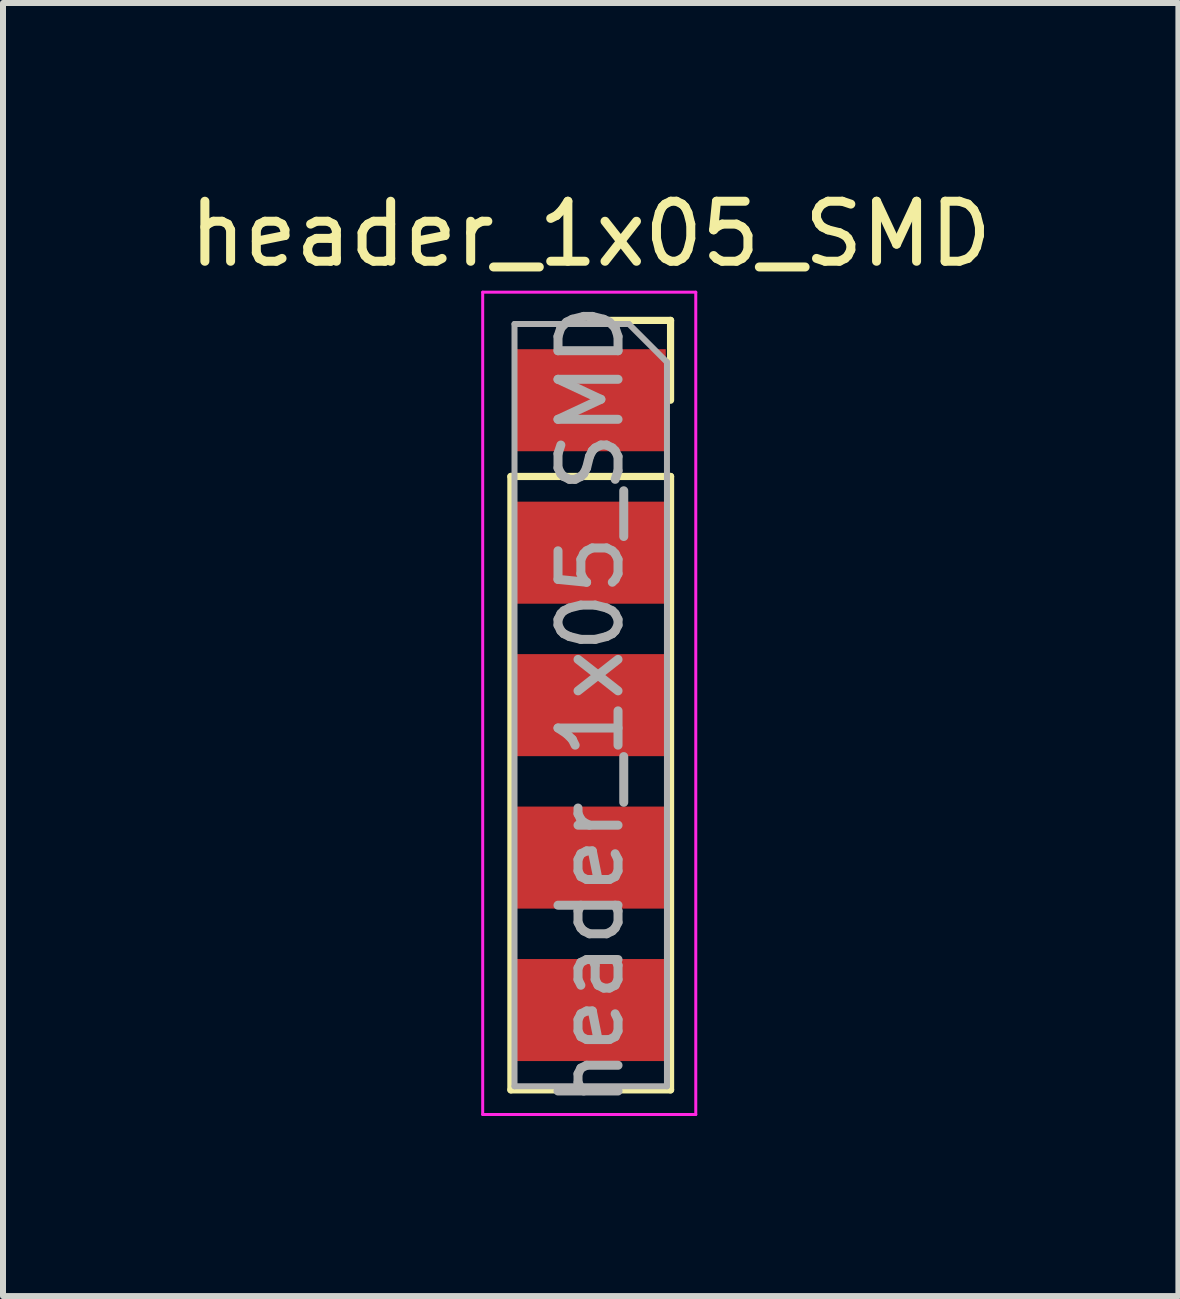
<source format=kicad_pcb>
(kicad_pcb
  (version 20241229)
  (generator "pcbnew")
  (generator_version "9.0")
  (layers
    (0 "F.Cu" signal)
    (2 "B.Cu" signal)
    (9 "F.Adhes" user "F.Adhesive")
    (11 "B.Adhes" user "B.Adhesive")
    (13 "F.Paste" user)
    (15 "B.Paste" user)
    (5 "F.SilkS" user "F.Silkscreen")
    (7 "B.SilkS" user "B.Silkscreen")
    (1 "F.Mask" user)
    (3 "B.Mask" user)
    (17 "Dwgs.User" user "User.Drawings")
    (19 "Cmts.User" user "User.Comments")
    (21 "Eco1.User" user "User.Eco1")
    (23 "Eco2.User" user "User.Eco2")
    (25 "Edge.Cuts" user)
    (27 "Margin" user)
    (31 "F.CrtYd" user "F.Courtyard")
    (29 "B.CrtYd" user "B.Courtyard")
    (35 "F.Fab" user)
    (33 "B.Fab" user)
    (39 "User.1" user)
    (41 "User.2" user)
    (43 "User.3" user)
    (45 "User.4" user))
  (footprint "header_1x05_SMD"
    (layer "F.Cu")
    (at 6.792 3.618)
    (property "Reference" "header_1x05_SMD" (at 0 -2.77 0) (layer "F.SilkS") (effects (font (size 1 1) (thickness 0.15))))
    (attr through_hole)
    (fp_line (start -1.33 1.27) (end -1.33 11.49) (stroke (width 0.12) (type solid)) (layer "F.SilkS"))
    (fp_line (start -1.33 1.27) (end 1.33 1.27) (stroke (width 0.12) (type solid)) (layer "F.SilkS"))
    (fp_line (start -1.33 11.49) (end 1.33 11.49) (stroke (width 0.12) (type solid)) (layer "F.SilkS"))
    (fp_line (start 0 -1.33) (end 1.33 -1.33) (stroke (width 0.12) (type solid)) (layer "F.SilkS"))
    (fp_line (start 1.33 -1.33) (end 1.33 0) (stroke (width 0.12) (type solid)) (layer "F.SilkS"))
    (fp_line (start 1.33 1.27) (end 1.33 11.49) (stroke (width 0.12) (type solid)) (layer "F.SilkS"))
    (fp_line (start -1.8 -1.8) (end 1.75 -1.8) (stroke (width 0.05) (type solid)) (layer "F.CrtYd"))
    (fp_line (start -1.8 11.9) (end -1.8 -1.8) (stroke (width 0.05) (type solid)) (layer "F.CrtYd"))
    (fp_line (start 1.75 -1.8) (end 1.75 11.9) (stroke (width 0.05) (type solid)) (layer "F.CrtYd"))
    (fp_line (start 1.75 11.9) (end -1.8 11.9) (stroke (width 0.05) (type solid)) (layer "F.CrtYd"))
    (fp_line (start -1.27 -1.27) (end 0.635 -1.27) (stroke (width 0.1) (type solid)) (layer "F.Fab"))
    (fp_line (start -1.27 11.43) (end -1.27 -1.27) (stroke (width 0.1) (type solid)) (layer "F.Fab"))
    (fp_line (start 0.635 -1.27) (end 1.27 -0.635) (stroke (width 0.1) (type solid)) (layer "F.Fab"))
    (fp_line (start 1.27 -0.635) (end 1.27 11.43) (stroke (width 0.1) (type solid)) (layer "F.Fab"))
    (fp_line (start 1.27 11.43) (end -1.27 11.43) (stroke (width 0.1) (type solid)) (layer "F.Fab"))
    (fp_text user "${REFERENCE}" (at 0 5.08 90) (layer "F.Fab") (effects (font (size 1 1) (thickness 0.15))))
    (pad "1" smd rect (at 0 0) (size 2.5 1.7) (layers "F.Cu" "F.Mask" "F.Paste"))
    (pad "2" smd rect (at 0 2.54) (size 2.5 1.7) (layers "F.Cu" "F.Mask" "F.Paste"))
    (pad "3" smd rect (at 0 5.08) (size 2.5 1.7) (layers "F.Cu" "F.Mask" "F.Paste"))
    (pad "4" smd rect (at 0 7.62) (size 2.5 1.7) (layers "F.Cu" "F.Mask" "F.Paste"))
    (pad "5" smd rect (at 0 10.16) (size 2.5 1.7) (layers "F.Cu" "F.Mask" "F.Paste")))
  (gr_rect
    (start -3 -3)
    (end 16.583 18.543)
    (stroke (width 0.1) (type default))
    (fill no)
    (layer "Edge.Cuts")))
</source>
